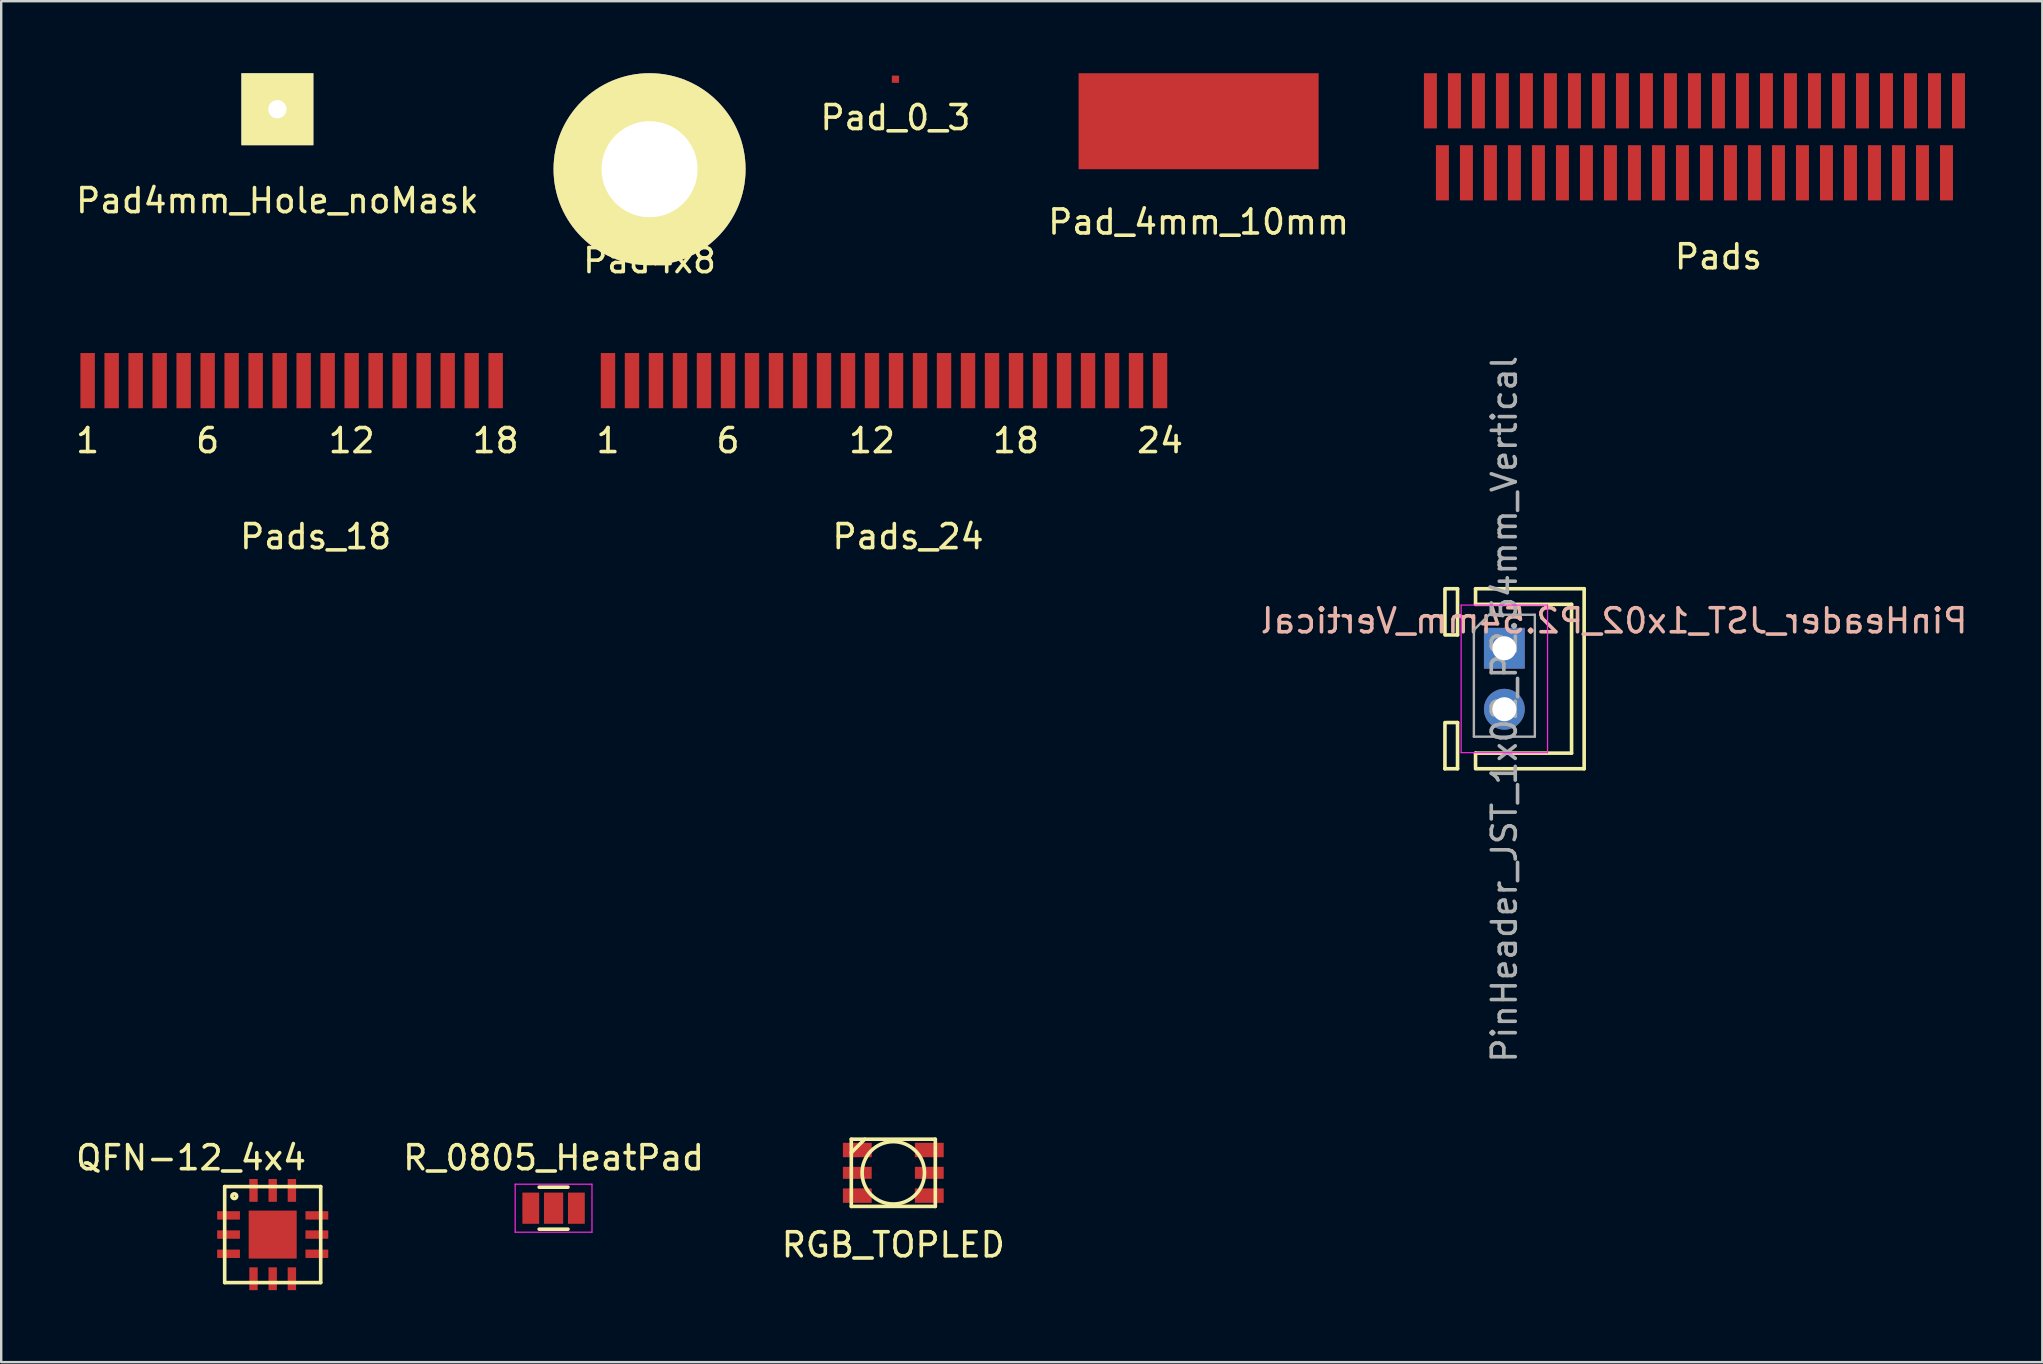
<source format=kicad_pcb>
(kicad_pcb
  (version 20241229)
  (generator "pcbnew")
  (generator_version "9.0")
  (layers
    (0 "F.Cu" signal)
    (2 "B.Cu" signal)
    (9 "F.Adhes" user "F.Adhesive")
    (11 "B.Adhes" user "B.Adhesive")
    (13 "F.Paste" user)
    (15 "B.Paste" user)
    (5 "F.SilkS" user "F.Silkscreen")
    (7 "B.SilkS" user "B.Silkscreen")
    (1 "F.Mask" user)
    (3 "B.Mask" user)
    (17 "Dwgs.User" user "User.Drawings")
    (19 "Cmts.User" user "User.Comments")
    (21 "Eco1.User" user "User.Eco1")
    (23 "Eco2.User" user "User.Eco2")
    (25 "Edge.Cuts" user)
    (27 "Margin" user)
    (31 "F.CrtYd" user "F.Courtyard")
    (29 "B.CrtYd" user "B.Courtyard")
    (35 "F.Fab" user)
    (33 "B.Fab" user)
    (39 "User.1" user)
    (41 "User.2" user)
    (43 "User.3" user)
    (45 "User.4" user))
  (footprint "RGB_TOPLED"
    (layer "F.Cu")
    (at 34.167 45.812)
    (property "Reference" "RGB_TOPLED" (at 0 3 0) (layer "F.SilkS") (effects (font (size 1 1) (thickness 0.15))))
    (attr through_hole)
    (fp_line (start -1.75 -0.84) (end -1.19 -1.4) (stroke (width 0.15) (type solid)) (layer "F.SilkS"))
    (fp_line (start -1.75 1.4) (end -1.75 -1.4) (stroke (width 0.15) (type solid)) (layer "F.SilkS"))
    (fp_line (start 1.75 -1.4) (end -1.75 -1.4) (stroke (width 0.15) (type solid)) (layer "F.SilkS"))
    (fp_line (start 1.75 -1.4) (end 1.75 1.4) (stroke (width 0.15) (type solid)) (layer "F.SilkS"))
    (fp_line (start 1.75 1.4) (end -1.75 1.4) (stroke (width 0.15) (type solid)) (layer "F.SilkS"))
    (fp_circle (center 0 0) (end 1.3 0) (stroke (width 0.15) (type solid)) (fill no) (layer "F.SilkS"))
    (pad "1" smd rect (at 1.5 0.95) (size 1.2 0.6) (layers "F.Cu" "F.Mask" "F.Paste"))
    (pad "2" smd rect (at 1.5 0) (size 1.2 0.5) (layers "F.Cu" "F.Mask" "F.Paste"))
    (pad "3" smd rect (at 1.5 -0.95) (size 1.2 0.6) (layers "F.Cu" "F.Mask" "F.Paste"))
    (pad "4" smd rect (at -1.5 -0.95) (size 1.2 0.6) (layers "F.Cu" "F.Mask" "F.Paste"))
    (pad "5" smd rect (at -1.5 0) (size 1.2 0.5) (layers "F.Cu" "F.Mask" "F.Paste"))
    (pad "6" smd rect (at -1.5 0.95) (size 1.2 0.6) (layers "F.Cu" "F.Mask" "F.Paste")))
  (footprint "Pad4x8"
    (layer "F.Cu")
    (at 24.012 4)
    (property "Reference" "Pad4x8" (at 0 3.81 0) (layer "F.SilkS") (effects (font (size 1 1) (thickness 0.15))))
    (attr through_hole)
    (pad "1" thru_hole circle (at 0 0) (size 8 8) (drill 4) (layers "*.Cu" "*.Mask" "F.SilkS")))
  (footprint "Pad4mm_Hole_noMask"
    (layer "F.Cu")
    (at 8.506 1.5)
    (property "Reference" "Pad4mm_Hole_noMask" (at 0 3.81 0) (layer "F.SilkS") (effects (font (size 1 1) (thickness 0.15))))
    (attr through_hole)
    (pad "1" thru_hole rect (at 0 0) (size 3 3) (drill 0.762) (layers "*.Cu" "B.Mask" "F.SilkS")))
  (footprint "Pads_24"
    (layer "F.Cu")
    (at 33.78 12.808)
    (property "Reference" "Pads_24" (at 1 6.5 0) (layer "F.SilkS") (effects (font (size 1 1) (thickness 0.15))))
    (attr through_hole)
    (fp_text user "18" (at 5.5 2.5 0) (layer "F.SilkS") (effects (font (size 1 1) (thickness 0.15))))
    (fp_text user "24" (at 11.5 2.5 0) (layer "F.SilkS") (effects (font (size 1 1) (thickness 0.15))))
    (fp_text user "12" (at -0.5 2.5 0) (layer "F.SilkS") (effects (font (size 1 1) (thickness 0.15))))
    (fp_text user "1" (at -11.5 2.5 0) (layer "F.SilkS") (effects (font (size 1 1) (thickness 0.15))))
    (fp_text user "6" (at -6.5 2.5 0) (layer "F.SilkS") (effects (font (size 1 1) (thickness 0.15))))
    (pad "1" smd rect (at -11.5 0) (size 0.6 2.3) (layers "F.Cu" "F.Mask" "F.Paste"))
    (pad "2" smd rect (at -10.5 0) (size 0.6 2.3) (layers "F.Cu" "F.Mask" "F.Paste"))
    (pad "3" smd rect (at -9.5 0) (size 0.6 2.3) (layers "F.Cu" "F.Mask" "F.Paste"))
    (pad "4" smd rect (at -8.5 0) (size 0.6 2.3) (layers "F.Cu" "F.Mask" "F.Paste"))
    (pad "5" smd rect (at -7.5 0) (size 0.6 2.3) (layers "F.Cu" "F.Mask" "F.Paste"))
    (pad "6" smd rect (at -6.5 0) (size 0.6 2.3) (layers "F.Cu" "F.Mask" "F.Paste"))
    (pad "7" smd rect (at -5.5 0) (size 0.6 2.3) (layers "F.Cu" "F.Mask" "F.Paste"))
    (pad "8" smd rect (at -4.5 0) (size 0.6 2.3) (layers "F.Cu" "F.Mask" "F.Paste"))
    (pad "9" smd rect (at -3.5 0) (size 0.6 2.3) (layers "F.Cu" "F.Mask" "F.Paste"))
    (pad "10" smd rect (at -2.5 0) (size 0.6 2.3) (layers "F.Cu" "F.Mask" "F.Paste"))
    (pad "11" smd rect (at -1.5 0) (size 0.6 2.3) (layers "F.Cu" "F.Mask" "F.Paste"))
    (pad "12" smd rect (at -0.5 0) (size 0.6 2.3) (layers "F.Cu" "F.Mask" "F.Paste"))
    (pad "13" smd rect (at 0.5 0) (size 0.6 2.3) (layers "F.Cu" "F.Mask" "F.Paste"))
    (pad "14" smd rect (at 1.5 0) (size 0.6 2.3) (layers "F.Cu" "F.Mask" "F.Paste"))
    (pad "15" smd rect (at 2.5 0) (size 0.6 2.3) (layers "F.Cu" "F.Mask" "F.Paste"))
    (pad "16" smd rect (at 3.5 0) (size 0.6 2.3) (layers "F.Cu" "F.Mask" "F.Paste"))
    (pad "17" smd rect (at 4.5 0) (size 0.6 2.3) (layers "F.Cu" "F.Mask" "F.Paste"))
    (pad "18" smd rect (at 5.5 0) (size 0.6 2.3) (layers "F.Cu" "F.Mask" "F.Paste"))
    (pad "19" smd rect (at 6.5 0) (size 0.6 2.3) (layers "F.Cu" "F.Mask" "F.Paste"))
    (pad "20" smd rect (at 7.5 0) (size 0.6 2.3) (layers "F.Cu" "F.Mask" "F.Paste"))
    (pad "21" smd rect (at 8.5 0) (size 0.6 2.3) (layers "F.Cu" "F.Mask" "F.Paste"))
    (pad "22" smd rect (at 9.5 0) (size 0.6 2.3) (layers "F.Cu" "F.Mask" "F.Paste"))
    (pad "23" smd rect (at 10.5 0) (size 0.6 2.3) (layers "F.Cu" "F.Mask" "F.Paste"))
    (pad "24" smd rect (at 11.5 0) (size 0.6 2.3) (layers "F.Cu" "F.Mask" "F.Paste")))
  (footprint "Pad_4mm_10mm"
    (layer "F.Cu")
    (at 46.887 2)
    (property "Reference" "Pad_4mm_10mm" (at 0 4.2 0) (layer "F.SilkS") (effects (font (size 1 1) (thickness 0.15))))
    (attr through_hole)
    (pad "1" smd rect (at 0 0) (size 10 4) (layers "F.Cu" "F.Mask" "F.Paste")))
  (footprint "R_0805_HeatPad"
    (layer "F.Cu")
    (at 20.013 47.285)
    (property "Reference" "R_0805_HeatPad" (at 0 -2.1 0) (layer "F.SilkS") (effects (font (size 1 1) (thickness 0.15))))
    (attr smd)
    (fp_line (start -0.6 -0.875) (end 0.6 -0.875) (stroke (width 0.15) (type solid)) (layer "F.SilkS"))
    (fp_line (start 0.6 0.875) (end -0.6 0.875) (stroke (width 0.15) (type solid)) (layer "F.SilkS"))
    (fp_line (start -1.6 -1) (end -1.6 1) (stroke (width 0.05) (type solid)) (layer "F.CrtYd"))
    (fp_line (start -1.6 -1) (end 1.6 -1) (stroke (width 0.05) (type solid)) (layer "F.CrtYd"))
    (fp_line (start -1.6 1) (end 1.6 1) (stroke (width 0.05) (type solid)) (layer "F.CrtYd"))
    (fp_line (start 1.6 -1) (end 1.6 1) (stroke (width 0.05) (type solid)) (layer "F.CrtYd"))
    (pad "1" smd rect (at -0.95 0) (size 0.7 1.3) (layers "F.Cu" "F.Mask" "F.Paste"))
    (pad "2" smd rect (at 0.95 0) (size 0.7 1.3) (layers "F.Cu" "F.Mask" "F.Paste"))
    (pad "3" smd rect (at 0 0) (size 0.8 1.3) (layers "F.Cu" "F.Mask" "F.Paste")))
  (footprint "PinHeader_JST_1x02_P2.54mm_Vertical"
    (layer "F.Cu")
    (at 59.624 25.228)
    (property "Reference" "PinHeader_JST_1x02_P2.54mm_Vertical" (at 4.572 -2.413 0) (layer "B.SilkS") (effects (font (size 1 1) (thickness 0.15)) (justify mirror)))
    (attr through_hole)
    (fp_line (start -2.475 -3.683) (end -2.475 -1.825) (stroke (width 0.15) (type solid)) (layer "F.SilkS"))
    (fp_line (start -2.475 1.825) (end -2.475 3.75) (stroke (width 0.15) (type solid)) (layer "F.SilkS"))
    (fp_line (start -2.413 -1.825) (end -1.95 -1.825) (stroke (width 0.15) (type solid)) (layer "F.SilkS"))
    (fp_line (start -2.413 1.825) (end -1.95 1.825) (stroke (width 0.15) (type solid)) (layer "F.SilkS"))
    (fp_line (start -1.95 -3.75) (end -2.475 -3.75) (stroke (width 0.15) (type solid)) (layer "F.SilkS"))
    (fp_line (start -1.95 -3.75) (end -1.95 -1.825) (stroke (width 0.15) (type solid)) (layer "F.SilkS"))
    (fp_line (start -1.95 1.825) (end -1.95 3.75) (stroke (width 0.15) (type solid)) (layer "F.SilkS"))
    (fp_line (start -1.95 3.75) (end -2.475 3.75) (stroke (width 0.15) (type solid)) (layer "F.SilkS"))
    (fp_line (start -1.2 -3.75) (end -1.2 -3.1) (stroke (width 0.15) (type solid)) (layer "F.SilkS"))
    (fp_line (start -1.2 -3.75) (end 3.325 -3.75) (stroke (width 0.15) (type solid)) (layer "F.SilkS"))
    (fp_line (start -1.2 -3.1) (end 2.8 -3.1) (stroke (width 0.15) (type solid)) (layer "F.SilkS"))
    (fp_line (start -1.2 3.1) (end -1.2 3.683) (stroke (width 0.15) (type solid)) (layer "F.SilkS"))
    (fp_line (start -1.2 3.1) (end 2.8 3.1) (stroke (width 0.15) (type solid)) (layer "F.SilkS"))
    (fp_line (start -1.2 3.75) (end 3.325 3.75) (stroke (width 0.15) (type solid)) (layer "F.SilkS"))
    (fp_line (start 2.8 -3.1) (end 2.8 3.1) (stroke (width 0.15) (type solid)) (layer "F.SilkS"))
    (fp_line (start 3.325 -3.75) (end 3.325 3.75) (stroke (width 0.15) (type solid)) (layer "F.SilkS"))
    (fp_line (start -1.8 -3.07) (end -1.8 3.08) (stroke (width 0.05) (type solid)) (layer "F.CrtYd"))
    (fp_line (start -1.8 3.08) (end 1.8 3.08) (stroke (width 0.05) (type solid)) (layer "F.CrtYd"))
    (fp_line (start 1.8 -3.07) (end -1.8 -3.07) (stroke (width 0.05) (type solid)) (layer "F.CrtYd"))
    (fp_line (start 1.8 3.08) (end 1.8 -3.07) (stroke (width 0.05) (type solid)) (layer "F.CrtYd"))
    (fp_line (start -1.27 -2.032) (end -0.635 -2.667) (stroke (width 0.1) (type solid)) (layer "F.Fab"))
    (fp_line (start -1.27 2.413) (end -1.27 -2.032) (stroke (width 0.1) (type solid)) (layer "F.Fab"))
    (fp_line (start -0.635 -2.667) (end 1.27 -2.667) (stroke (width 0.1) (type solid)) (layer "F.Fab"))
    (fp_line (start 1.27 -2.667) (end 1.27 2.413) (stroke (width 0.1) (type solid)) (layer "F.Fab"))
    (fp_line (start 1.27 2.413) (end -1.27 2.413) (stroke (width 0.1) (type solid)) (layer "F.Fab"))
    (fp_text user "${REFERENCE}" (at 0 1.27 90) (layer "F.Fab") (effects (font (size 1 1) (thickness 0.15))))
    (pad "1" thru_hole rect (at 0 -1.27) (size 1.7 1.7) (drill 1) (layers "*.Cu" "*.Mask"))
    (pad "2" thru_hole oval (at 0 1.27) (size 1.7 1.7) (drill 1) (layers "*.Cu" "*.Mask")))
  (footprint "Pad_0_3"
    (layer "F.Cu")
    (at 34.256 0.25)
    (property "Reference" "Pad_0_3" (at 0 1.6 0) (layer "F.SilkS") (effects (font (size 1 1) (thickness 0.15))))
    (attr through_hole)
    (pad "1" smd rect (at 0 0) (size 0.3 0.3) (layers "F.Cu" "F.Mask" "F.Paste")))
  (footprint "Pads"
    (layer "F.Cu")
    (at 67.544 1.15)
    (property "Reference" "Pads" (at 1 6.5 0) (layer "F.SilkS") (effects (font (size 1 1) (thickness 0.15))))
    (attr through_hole)
    (pad "1" smd rect (at -11 0) (size 0.54 2.3) (layers "F.Cu" "F.Mask" "F.Paste"))
    (pad "2" smd rect (at -10.5 3) (size 0.54 2.3) (layers "F.Cu" "F.Mask" "F.Paste"))
    (pad "3" smd rect (at -10 0) (size 0.54 2.3) (layers "F.Cu" "F.Mask" "F.Paste"))
    (pad "4" smd rect (at -9.5 3) (size 0.54 2.3) (layers "F.Cu" "F.Mask" "F.Paste"))
    (pad "5" smd rect (at -9 0) (size 0.54 2.3) (layers "F.Cu" "F.Mask" "F.Paste"))
    (pad "6" smd rect (at -8.5 3) (size 0.54 2.3) (layers "F.Cu" "F.Mask" "F.Paste"))
    (pad "7" smd rect (at -8 0) (size 0.54 2.3) (layers "F.Cu" "F.Mask" "F.Paste"))
    (pad "8" smd rect (at -7.5 3) (size 0.54 2.3) (layers "F.Cu" "F.Mask" "F.Paste"))
    (pad "9" smd rect (at -7 0) (size 0.54 2.3) (layers "F.Cu" "F.Mask" "F.Paste"))
    (pad "10" smd rect (at -6.5 3) (size 0.54 2.3) (layers "F.Cu" "F.Mask" "F.Paste"))
    (pad "11" smd rect (at -6 0) (size 0.54 2.3) (layers "F.Cu" "F.Mask" "F.Paste"))
    (pad "12" smd rect (at -5.5 3) (size 0.54 2.3) (layers "F.Cu" "F.Mask" "F.Paste"))
    (pad "13" smd rect (at -5 0) (size 0.54 2.3) (layers "F.Cu" "F.Mask" "F.Paste"))
    (pad "14" smd rect (at -4.5 3) (size 0.54 2.3) (layers "F.Cu" "F.Mask" "F.Paste"))
    (pad "15" smd rect (at -4 0) (size 0.54 2.3) (layers "F.Cu" "F.Mask" "F.Paste"))
    (pad "16" smd rect (at -3.5 3) (size 0.54 2.3) (layers "F.Cu" "F.Mask" "F.Paste"))
    (pad "17" smd rect (at -3 0) (size 0.54 2.3) (layers "F.Cu" "F.Mask" "F.Paste"))
    (pad "18" smd rect (at -2.5 3) (size 0.54 2.3) (layers "F.Cu" "F.Mask" "F.Paste"))
    (pad "19" smd rect (at -2 0) (size 0.54 2.3) (layers "F.Cu" "F.Mask" "F.Paste"))
    (pad "20" smd rect (at -1.5 3) (size 0.54 2.3) (layers "F.Cu" "F.Mask" "F.Paste"))
    (pad "21" smd rect (at -1 0) (size 0.54 2.3) (layers "F.Cu" "F.Mask" "F.Paste"))
    (pad "22" smd rect (at -0.5 3) (size 0.54 2.3) (layers "F.Cu" "F.Mask" "F.Paste"))
    (pad "23" smd rect (at 0 0) (size 0.54 2.3) (layers "F.Cu" "F.Mask" "F.Paste"))
    (pad "24" smd rect (at 0.5 3) (size 0.54 2.3) (layers "F.Cu" "F.Mask" "F.Paste"))
    (pad "25" smd rect (at 1 0) (size 0.54 2.3) (layers "F.Cu" "F.Mask" "F.Paste"))
    (pad "26" smd rect (at 1.5 3) (size 0.54 2.3) (layers "F.Cu" "F.Mask" "F.Paste"))
    (pad "27" smd rect (at 2 0) (size 0.54 2.3) (layers "F.Cu" "F.Mask" "F.Paste"))
    (pad "28" smd rect (at 2.5 3) (size 0.54 2.3) (layers "F.Cu" "F.Mask" "F.Paste"))
    (pad "29" smd rect (at 3 0) (size 0.54 2.3) (layers "F.Cu" "F.Mask" "F.Paste"))
    (pad "30" smd rect (at 3.5 3) (size 0.54 2.3) (layers "F.Cu" "F.Mask" "F.Paste"))
    (pad "31" smd rect (at 4 0) (size 0.54 2.3) (layers "F.Cu" "F.Mask" "F.Paste"))
    (pad "32" smd rect (at 4.5 3) (size 0.54 2.3) (layers "F.Cu" "F.Mask" "F.Paste"))
    (pad "33" smd rect (at 5 0) (size 0.54 2.3) (layers "F.Cu" "F.Mask" "F.Paste"))
    (pad "34" smd rect (at 5.5 3) (size 0.54 2.3) (layers "F.Cu" "F.Mask" "F.Paste"))
    (pad "35" smd rect (at 6 0) (size 0.54 2.3) (layers "F.Cu" "F.Mask" "F.Paste"))
    (pad "36" smd rect (at 6.5 3) (size 0.54 2.3) (layers "F.Cu" "F.Mask" "F.Paste"))
    (pad "37" smd rect (at 7 0) (size 0.54 2.3) (layers "F.Cu" "F.Mask" "F.Paste"))
    (pad "38" smd rect (at 7.5 3) (size 0.54 2.3) (layers "F.Cu" "F.Mask" "F.Paste"))
    (pad "39" smd rect (at 8 0) (size 0.54 2.3) (layers "F.Cu" "F.Mask" "F.Paste"))
    (pad "40" smd rect (at 8.5 3) (size 0.54 2.3) (layers "F.Cu" "F.Mask" "F.Paste"))
    (pad "41" smd rect (at 9 0) (size 0.54 2.3) (layers "F.Cu" "F.Mask" "F.Paste"))
    (pad "42" smd rect (at 9.5 3) (size 0.54 2.3) (layers "F.Cu" "F.Mask" "F.Paste"))
    (pad "43" smd rect (at 10 0) (size 0.54 2.3) (layers "F.Cu" "F.Mask" "F.Paste"))
    (pad "44" smd rect (at 10.5 3) (size 0.54 2.3) (layers "F.Cu" "F.Mask" "F.Paste"))
    (pad "45" smd rect (at 11 0) (size 0.54 2.3) (layers "F.Cu" "F.Mask" "F.Paste")))
  (footprint "Pads_18"
    (layer "F.Cu")
    (at 9.101 12.808)
    (property "Reference" "Pads_18" (at 1 6.5 0) (layer "F.SilkS") (effects (font (size 1 1) (thickness 0.15))))
    (attr through_hole)
    (fp_text user "1" (at -8.5 2.5 0) (layer "F.SilkS") (effects (font (size 1 1) (thickness 0.15))))
    (fp_text user "18" (at 8.5 2.5 0) (layer "F.SilkS") (effects (font (size 1 1) (thickness 0.15))))
    (fp_text user "6" (at -3.5 2.5 0) (layer "F.SilkS") (effects (font (size 1 1) (thickness 0.15))))
    (fp_text user "12" (at 2.5 2.5 0) (layer "F.SilkS") (effects (font (size 1 1) (thickness 0.15))))
    (pad "1" smd rect (at -8.5 0) (size 0.6 2.3) (layers "F.Cu" "F.Mask" "F.Paste"))
    (pad "2" smd rect (at -7.5 0) (size 0.6 2.3) (layers "F.Cu" "F.Mask" "F.Paste"))
    (pad "3" smd rect (at -6.5 0) (size 0.6 2.3) (layers "F.Cu" "F.Mask" "F.Paste"))
    (pad "4" smd rect (at -5.5 0) (size 0.6 2.3) (layers "F.Cu" "F.Mask" "F.Paste"))
    (pad "5" smd rect (at -4.5 0) (size 0.6 2.3) (layers "F.Cu" "F.Mask" "F.Paste"))
    (pad "6" smd rect (at -3.5 0) (size 0.6 2.3) (layers "F.Cu" "F.Mask" "F.Paste"))
    (pad "7" smd rect (at -2.5 0) (size 0.6 2.3) (layers "F.Cu" "F.Mask" "F.Paste"))
    (pad "8" smd rect (at -1.5 0) (size 0.6 2.3) (layers "F.Cu" "F.Mask" "F.Paste"))
    (pad "9" smd rect (at -0.5 0) (size 0.6 2.3) (layers "F.Cu" "F.Mask" "F.Paste"))
    (pad "10" smd rect (at 0.5 0) (size 0.6 2.3) (layers "F.Cu" "F.Mask" "F.Paste"))
    (pad "11" smd rect (at 1.5 0) (size 0.6 2.3) (layers "F.Cu" "F.Mask" "F.Paste"))
    (pad "12" smd rect (at 2.5 0) (size 0.6 2.3) (layers "F.Cu" "F.Mask" "F.Paste"))
    (pad "13" smd rect (at 3.5 0) (size 0.6 2.3) (layers "F.Cu" "F.Mask" "F.Paste"))
    (pad "14" smd rect (at 4.5 0) (size 0.6 2.3) (layers "F.Cu" "F.Mask" "F.Paste"))
    (pad "15" smd rect (at 5.5 0) (size 0.6 2.3) (layers "F.Cu" "F.Mask" "F.Paste"))
    (pad "16" smd rect (at 6.5 0) (size 0.6 2.3) (layers "F.Cu" "F.Mask" "F.Paste"))
    (pad "17" smd rect (at 7.5 0) (size 0.6 2.3) (layers "F.Cu" "F.Mask" "F.Paste"))
    (pad "18" smd rect (at 8.5 0) (size 0.6 2.3) (layers "F.Cu" "F.Mask" "F.Paste")))
  (footprint "QFN-12_4x4"
    (layer "F.Cu")
    (at 8.311 48.385)
    (property "Reference" "QFN-12_4x4" (at -3.4 -3.2 0) (layer "F.SilkS") (effects (font (size 1 1) (thickness 0.15))))
    (attr through_hole)
    (fp_line (start -2 -2) (end 2 -2) (stroke (width 0.15) (type solid)) (layer "F.SilkS"))
    (fp_line (start -2 2) (end -2 -2) (stroke (width 0.15) (type solid)) (layer "F.SilkS"))
    (fp_line (start 2 -2) (end 2 2) (stroke (width 0.15) (type solid)) (layer "F.SilkS"))
    (fp_line (start 2 2) (end -2 2) (stroke (width 0.15) (type solid)) (layer "F.SilkS"))
    (fp_circle (center -1.6 -1.6) (end -1.5 -1.6) (stroke (width 0.15) (type solid)) (fill no) (layer "F.SilkS"))
    (pad "" smd rect (at 0 0) (size 2 2) (layers "F.Cu" "F.Mask" "F.Paste"))
    (pad "1" smd rect (at -1.84 -0.8) (size 0.95 0.35) (layers "F.Cu" "F.Mask" "F.Paste"))
    (pad "2" smd rect (at -1.84 0) (size 0.95 0.35) (layers "F.Cu" "F.Mask" "F.Paste"))
    (pad "3" smd rect (at -1.84 0.8) (size 0.95 0.35) (layers "F.Cu" "F.Mask" "F.Paste"))
    (pad "4" smd rect (at -0.8 1.84) (size 0.35 0.95) (layers "F.Cu" "F.Mask" "F.Paste"))
    (pad "5" smd rect (at 0 1.84) (size 0.35 0.95) (layers "F.Cu" "F.Mask" "F.Paste"))
    (pad "6" smd rect (at 0.8 1.84) (size 0.35 0.95) (layers "F.Cu" "F.Mask" "F.Paste"))
    (pad "7" smd rect (at 1.84 0.8) (size 0.95 0.35) (layers "F.Cu" "F.Mask" "F.Paste"))
    (pad "8" smd rect (at 1.84 0) (size 0.95 0.35) (layers "F.Cu" "F.Mask" "F.Paste"))
    (pad "9" smd rect (at 1.84 -0.8) (size 0.95 0.35) (layers "F.Cu" "F.Mask" "F.Paste"))
    (pad "10" smd rect (at 0.8 -1.84) (size 0.35 0.95) (layers "F.Cu" "F.Mask" "F.Paste"))
    (pad "11" smd rect (at 0 -1.84) (size 0.35 0.95) (layers "F.Cu" "F.Mask" "F.Paste"))
    (pad "12" smd rect (at -0.8 -1.84) (size 0.35 0.95) (layers "F.Cu" "F.Mask" "F.Paste")))
  (gr_rect
    (start -3 -3)
    (end 82.036 53.7)
    (stroke (width 0.1) (type default))
    (fill no)
    (layer "Edge.Cuts")))
</source>
